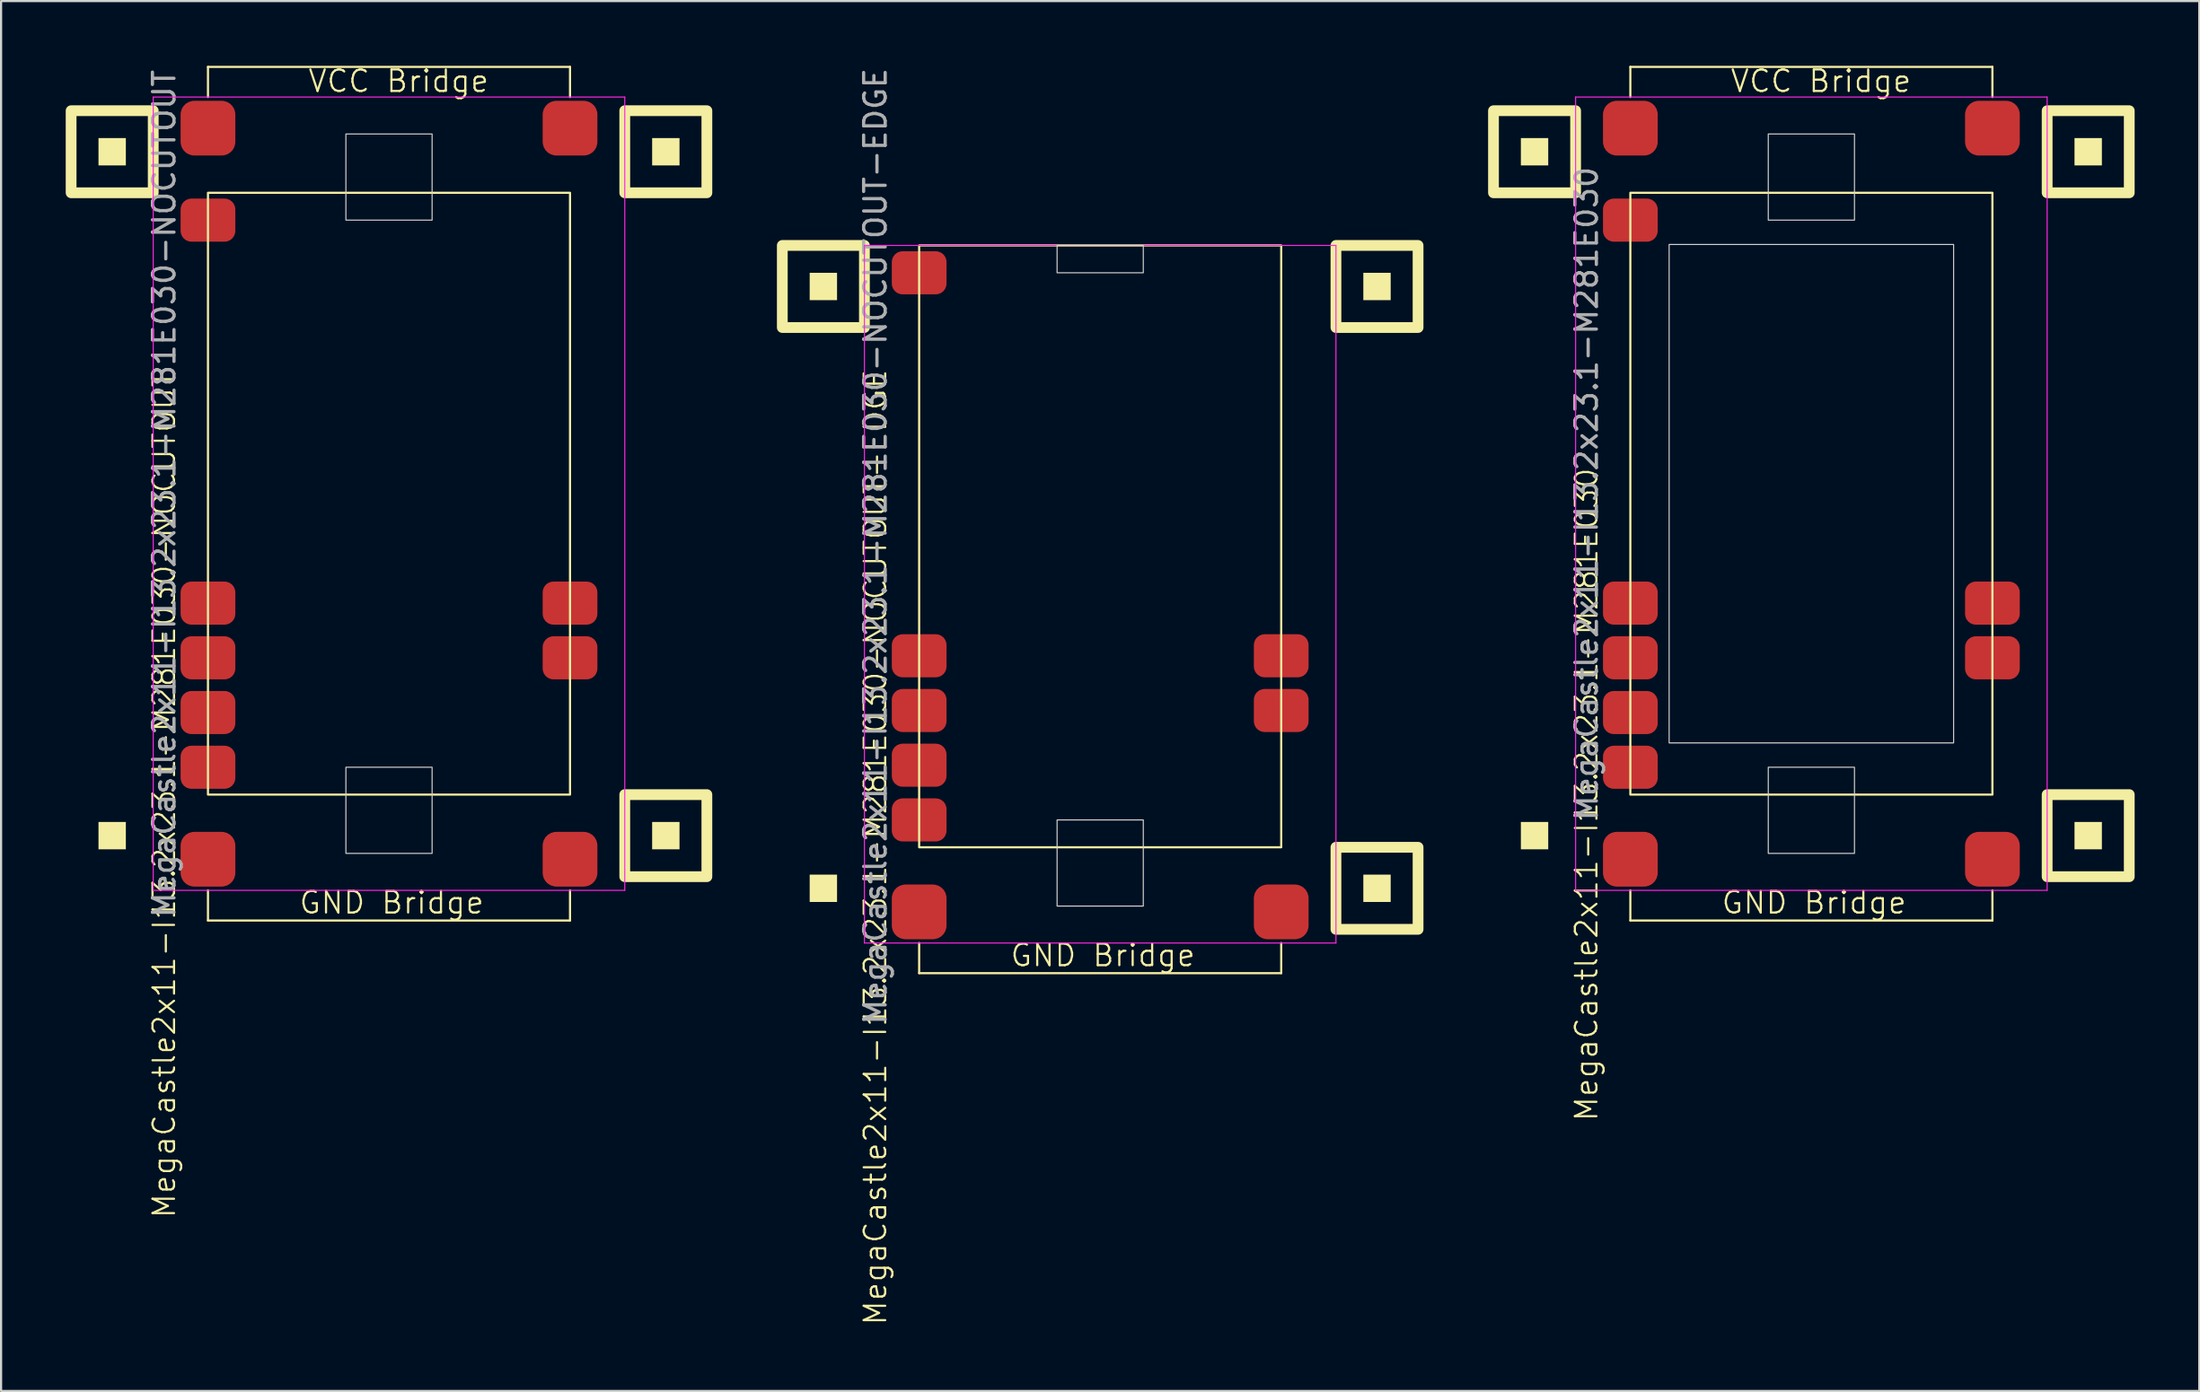
<source format=kicad_pcb>
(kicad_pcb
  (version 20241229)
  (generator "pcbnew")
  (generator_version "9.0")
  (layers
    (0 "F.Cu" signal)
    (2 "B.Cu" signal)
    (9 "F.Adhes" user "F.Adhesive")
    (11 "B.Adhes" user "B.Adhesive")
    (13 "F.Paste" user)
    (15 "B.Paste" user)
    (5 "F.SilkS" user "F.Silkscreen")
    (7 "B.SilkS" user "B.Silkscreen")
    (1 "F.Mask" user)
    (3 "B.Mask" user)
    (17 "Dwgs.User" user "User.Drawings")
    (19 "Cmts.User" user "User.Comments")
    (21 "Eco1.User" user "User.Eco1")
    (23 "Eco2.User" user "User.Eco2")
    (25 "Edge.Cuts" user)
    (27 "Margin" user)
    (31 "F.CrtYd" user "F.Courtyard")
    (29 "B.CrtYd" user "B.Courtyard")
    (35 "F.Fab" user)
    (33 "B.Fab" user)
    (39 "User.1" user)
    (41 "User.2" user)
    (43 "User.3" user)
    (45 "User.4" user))
  (footprint "MegaCastle2x11-I13.2x23.1-M281E030"
    (layer "F.Cu")
    (at 81 19.87)
    (property "Reference" "MegaCastle2x11-I13.2x23.1-M281E030" (at -10.432 13.97 90) (unlocked yes) (layer "F.SilkS") (effects (font (size 1 1) (thickness 0.1))))
    (attr smd)
    (fp_line (start -8.4 -19.815) (end 8.4 -19.815) (stroke (width 0.1) (type default)) (layer "F.SilkS"))
    (fp_line (start -8.4 -18.415) (end -8.4 -19.815) (stroke (width 0.1) (type default)) (layer "F.SilkS"))
    (fp_line (start -8.4 18.415) (end -8.4 19.815) (stroke (width 0.1) (type default)) (layer "F.SilkS"))
    (fp_line (start -8.4 19.815) (end 8.4 19.815) (stroke (width 0.1) (type default)) (layer "F.SilkS"))
    (fp_line (start 8.4 -18.415) (end 8.4 -19.815) (stroke (width 0.1) (type default)) (layer "F.SilkS"))
    (fp_line (start 8.4 18.415) (end 8.4 19.815) (stroke (width 0.1) (type default)) (layer "F.SilkS"))
    (fp_rect (start -12.21 -15.24) (end -13.48 -16.51) (stroke (width 0) (type solid)) (fill yes) (layer "F.SilkS"))
    (fp_rect (start -12.21 16.51) (end -13.48 15.24) (stroke (width 0) (type solid)) (fill yes) (layer "F.SilkS"))
    (fp_rect (start -10.94 -13.97) (end -14.75 -17.78) (stroke (width 0.5) (type default)) (fill no) (layer "F.SilkS"))
    (fp_rect (start -8.4 -13.97) (end 8.4 13.97) (stroke (width 0.1) (type default)) (fill no) (layer "F.SilkS"))
    (fp_rect (start 13.48 -15.24) (end 12.21 -16.51) (stroke (width 0) (type solid)) (fill yes) (layer "F.SilkS"))
    (fp_rect (start 13.48 16.51) (end 12.21 15.24) (stroke (width 0) (type solid)) (fill yes) (layer "F.SilkS"))
    (fp_rect (start 14.75 -13.97) (end 10.94 -17.78) (stroke (width 0.5) (type default)) (fill no) (layer "F.SilkS"))
    (fp_rect (start 14.75 17.78) (end 10.94 13.97) (stroke (width 0.5) (type default)) (fill no) (layer "F.SilkS"))
    (fp_rect (start -6.6 -11.57) (end 6.6 11.57) (stroke (width 0.05) (type default)) (fill no) (layer "Edge.Cuts"))
    (fp_rect (start -2 -12.7) (end 2 -16.7) (stroke (width 0.05) (type default)) (fill no) (layer "Edge.Cuts"))
    (fp_rect (start -2 12.7) (end 2 16.7) (stroke (width 0.05) (type default)) (fill no) (layer "Edge.Cuts"))
    (fp_line (start -10.94 -18.415) (end -10.94 18.415) (stroke (width 0.05) (type default)) (layer "F.CrtYd"))
    (fp_line (start -10.94 18.415) (end 10.94 18.415) (stroke (width 0.05) (type default)) (layer "F.CrtYd"))
    (fp_line (start 10.94 -18.415) (end -10.94 -18.415) (stroke (width 0.05) (type default)) (layer "F.CrtYd"))
    (fp_line (start 10.94 -18.415) (end 10.94 18.415) (stroke (width 0.05) (type default)) (layer "F.CrtYd"))
    (fp_text user "VCC Bridge" (at -3.81 -18.57 0) (unlocked yes) (layer "F.SilkS") (effects (font (size 1 1) (thickness 0.1)) (justify left bottom)))
    (fp_text user "GND Bridge" (at -4.226 19.57 0) (unlocked yes) (layer "F.SilkS") (effects (font (size 1 1) (thickness 0.1)) (justify left bottom)))
    (fp_text user "${REFERENCE}" (at -10.432 0 90) (unlocked yes) (layer "F.Fab") (effects (font (size 1 1) (thickness 0.15))))
    (pad "1" smd roundrect (at -8.4 -12.7) (size 2.54 2) (layers "F.Cu" "F.Mask" "F.Paste") (roundrect_rratio 0.25))
    (pad "8" smd roundrect (at -8.4 5.08) (size 2.54 2) (layers "F.Cu" "F.Mask" "F.Paste") (roundrect_rratio 0.25))
    (pad "9" smd roundrect (at -8.4 7.62) (size 2.54 2) (layers "F.Cu" "F.Mask" "F.Paste") (roundrect_rratio 0.25))
    (pad "10" smd roundrect (at -8.4 10.16) (size 2.54 2) (layers "F.Cu" "F.Mask" "F.Paste") (roundrect_rratio 0.25))
    (pad "11" smd roundrect (at -8.4 12.7) (size 2.54 2) (layers "F.Cu" "F.Mask" "F.Paste") (roundrect_rratio 0.25))
    (pad "19" smd roundrect (at 8.4 5.08) (size 2.54 2) (layers "F.Cu" "F.Mask" "F.Paste") (roundrect_rratio 0.25))
    (pad "20" smd roundrect (at 8.4 7.62) (size 2.54 2) (layers "F.Cu" "F.Mask" "F.Paste") (roundrect_rratio 0.25))
    (pad "A1" smd roundrect (at -8.4 -16.97) (size 2.54 2.54) (layers "F.Cu" "F.Mask" "F.Paste") (roundrect_rratio 0.25))
    (pad "A2" smd roundrect (at 8.4 -16.97) (size 2.54 2.54) (layers "F.Cu" "F.Mask" "F.Paste") (roundrect_rratio 0.25))
    (pad "B1" smd roundrect (at -8.4 16.97) (size 2.54 2.54) (layers "F.Cu" "F.Mask" "F.Paste") (roundrect_rratio 0.25))
    (pad "B2" smd roundrect (at 8.4 16.97) (size 2.54 2.54) (layers "F.Cu" "F.Mask" "F.Paste") (roundrect_rratio 0.25)))
  (footprint "MegaCastle2x11-I13.2x23.1-M281E030-NOCUTOUT"
    (layer "F.Cu")
    (at 15 19.87)
    (property "Reference" "MegaCastle2x11-I13.2x23.1-M281E030-NOCUTOUT" (at -10.432 13.97 90) (unlocked yes) (layer "F.SilkS") (effects (font (size 1 1) (thickness 0.1))))
    (attr smd)
    (fp_line (start -8.4 -19.815) (end 8.4 -19.815) (stroke (width 0.1) (type default)) (layer "F.SilkS"))
    (fp_line (start -8.4 -18.415) (end -8.4 -19.815) (stroke (width 0.1) (type default)) (layer "F.SilkS"))
    (fp_line (start -8.4 18.415) (end -8.4 19.815) (stroke (width 0.1) (type default)) (layer "F.SilkS"))
    (fp_line (start -8.4 19.815) (end 8.4 19.815) (stroke (width 0.1) (type default)) (layer "F.SilkS"))
    (fp_line (start 8.4 -18.415) (end 8.4 -19.815) (stroke (width 0.1) (type default)) (layer "F.SilkS"))
    (fp_line (start 8.4 18.415) (end 8.4 19.815) (stroke (width 0.1) (type default)) (layer "F.SilkS"))
    (fp_rect (start -12.21 -15.24) (end -13.48 -16.51) (stroke (width 0) (type solid)) (fill yes) (layer "F.SilkS"))
    (fp_rect (start -12.21 16.51) (end -13.48 15.24) (stroke (width 0) (type solid)) (fill yes) (layer "F.SilkS"))
    (fp_rect (start -10.94 -13.97) (end -14.75 -17.78) (stroke (width 0.5) (type default)) (fill no) (layer "F.SilkS"))
    (fp_rect (start -8.4 -13.97) (end 8.4 13.97) (stroke (width 0.1) (type default)) (fill no) (layer "F.SilkS"))
    (fp_rect (start 13.48 -15.24) (end 12.21 -16.51) (stroke (width 0) (type solid)) (fill yes) (layer "F.SilkS"))
    (fp_rect (start 13.48 16.51) (end 12.21 15.24) (stroke (width 0) (type solid)) (fill yes) (layer "F.SilkS"))
    (fp_rect (start 14.75 -13.97) (end 10.94 -17.78) (stroke (width 0.5) (type default)) (fill no) (layer "F.SilkS"))
    (fp_rect (start 14.75 17.78) (end 10.94 13.97) (stroke (width 0.5) (type default)) (fill no) (layer "F.SilkS"))
    (fp_rect (start -2 -12.7) (end 2 -16.7) (stroke (width 0.05) (type default)) (fill no) (layer "Edge.Cuts"))
    (fp_rect (start -2 12.7) (end 2 16.7) (stroke (width 0.05) (type default)) (fill no) (layer "Edge.Cuts"))
    (fp_line (start -10.94 -18.415) (end -10.94 18.415) (stroke (width 0.05) (type default)) (layer "F.CrtYd"))
    (fp_line (start -10.94 18.415) (end 10.94 18.415) (stroke (width 0.05) (type default)) (layer "F.CrtYd"))
    (fp_line (start 10.94 -18.415) (end -10.94 -18.415) (stroke (width 0.05) (type default)) (layer "F.CrtYd"))
    (fp_line (start 10.94 -18.415) (end 10.94 18.415) (stroke (width 0.05) (type default)) (layer "F.CrtYd"))
    (fp_text user "VCC Bridge" (at -3.81 -18.57 0) (unlocked yes) (layer "F.SilkS") (effects (font (size 1 1) (thickness 0.1)) (justify left bottom)))
    (fp_text user "GND Bridge" (at -4.226 19.57 0) (unlocked yes) (layer "F.SilkS") (effects (font (size 1 1) (thickness 0.1)) (justify left bottom)))
    (fp_text user "${REFERENCE}" (at -10.432 0 90) (unlocked yes) (layer "F.Fab") (effects (font (size 1 1) (thickness 0.15))))
    (pad "1" smd roundrect (at -8.4 -12.7) (size 2.54 2) (layers "F.Cu" "F.Mask" "F.Paste") (roundrect_rratio 0.25))
    (pad "8" smd roundrect (at -8.4 5.08) (size 2.54 2) (layers "F.Cu" "F.Mask" "F.Paste") (roundrect_rratio 0.25))
    (pad "9" smd roundrect (at -8.4 7.62) (size 2.54 2) (layers "F.Cu" "F.Mask" "F.Paste") (roundrect_rratio 0.25))
    (pad "10" smd roundrect (at -8.4 10.16) (size 2.54 2) (layers "F.Cu" "F.Mask" "F.Paste") (roundrect_rratio 0.25))
    (pad "11" smd roundrect (at -8.4 12.7) (size 2.54 2) (layers "F.Cu" "F.Mask" "F.Paste") (roundrect_rratio 0.25))
    (pad "19" smd roundrect (at 8.4 5.08) (size 2.54 2) (layers "F.Cu" "F.Mask" "F.Paste") (roundrect_rratio 0.25))
    (pad "20" smd roundrect (at 8.4 7.62) (size 2.54 2) (layers "F.Cu" "F.Mask" "F.Paste") (roundrect_rratio 0.25))
    (pad "A1" smd roundrect (at -8.4 -16.97) (size 2.54 2.54) (layers "F.Cu" "F.Mask" "F.Paste") (roundrect_rratio 0.25))
    (pad "A2" smd roundrect (at 8.4 -16.97) (size 2.54 2.54) (layers "F.Cu" "F.Mask" "F.Paste") (roundrect_rratio 0.25))
    (pad "B1" smd roundrect (at -8.4 16.97) (size 2.54 2.54) (layers "F.Cu" "F.Mask" "F.Paste") (roundrect_rratio 0.25))
    (pad "B2" smd roundrect (at 8.4 16.97) (size 2.54 2.54) (layers "F.Cu" "F.Mask" "F.Paste") (roundrect_rratio 0.25)))
  (footprint "MegaCastle2x11-I13.2x23.1-M281E030-NOCUTOUT-EDGE"
    (layer "F.Cu")
    (at 48 22.315)
    (property "Reference" "MegaCastle2x11-I13.2x23.1-M281E030-NOCUTOUT-EDGE" (at -10.432 13.97 90) (unlocked yes) (layer "F.SilkS") (effects (font (size 1 1) (thickness 0.1))))
    (attr smd)
    (fp_line (start -8.4 18.415) (end -8.4 19.815) (stroke (width 0.1) (type default)) (layer "F.SilkS"))
    (fp_line (start -8.4 19.815) (end 8.4 19.815) (stroke (width 0.1) (type default)) (layer "F.SilkS"))
    (fp_line (start 8.4 18.415) (end 8.4 19.815) (stroke (width 0.1) (type default)) (layer "F.SilkS"))
    (fp_rect (start -12.21 -11.43) (end -13.48 -12.7) (stroke (width 0) (type solid)) (fill yes) (layer "F.SilkS"))
    (fp_rect (start -12.21 16.51) (end -13.48 15.24) (stroke (width 0) (type solid)) (fill yes) (layer "F.SilkS"))
    (fp_rect (start -10.94 -10.16) (end -14.75 -13.97) (stroke (width 0.5) (type default)) (fill no) (layer "F.SilkS"))
    (fp_rect (start -8.4 -13.97) (end 8.4 13.97) (stroke (width 0.1) (type default)) (fill no) (layer "F.SilkS"))
    (fp_rect (start 13.48 -11.43) (end 12.21 -12.7) (stroke (width 0) (type solid)) (fill yes) (layer "F.SilkS"))
    (fp_rect (start 13.48 16.51) (end 12.21 15.24) (stroke (width 0) (type solid)) (fill yes) (layer "F.SilkS"))
    (fp_rect (start 14.75 -10.16) (end 10.94 -13.97) (stroke (width 0.5) (type default)) (fill no) (layer "F.SilkS"))
    (fp_rect (start 14.75 17.78) (end 10.94 13.97) (stroke (width 0.5) (type default)) (fill no) (layer "F.SilkS"))
    (fp_rect (start -2 -12.7) (end 2 -13.97) (stroke (width 0.05) (type default)) (fill no) (layer "Edge.Cuts"))
    (fp_rect (start -2 12.7) (end 2 16.7) (stroke (width 0.05) (type default)) (fill no) (layer "Edge.Cuts"))
    (fp_line (start -10.94 -13.97) (end -10.94 18.415) (stroke (width 0.05) (type default)) (layer "F.CrtYd"))
    (fp_line (start -10.94 18.415) (end 10.94 18.415) (stroke (width 0.05) (type default)) (layer "F.CrtYd"))
    (fp_line (start 10.94 -13.97) (end -10.94 -13.97) (stroke (width 0.05) (type default)) (layer "F.CrtYd"))
    (fp_line (start 10.94 -13.97) (end 10.94 18.415) (stroke (width 0.05) (type default)) (layer "F.CrtYd"))
    (fp_text user "GND Bridge" (at -4.226 19.57 0) (unlocked yes) (layer "F.SilkS") (effects (font (size 1 1) (thickness 0.1)) (justify left bottom)))
    (fp_text user "${REFERENCE}" (at -10.432 0 90) (unlocked yes) (layer "F.Fab") (effects (font (size 1 1) (thickness 0.15))))
    (pad "1" smd roundrect (at -8.4 -12.7) (size 2.54 2) (layers "F.Cu" "F.Mask" "F.Paste") (roundrect_rratio 0.25))
    (pad "8" smd roundrect (at -8.4 5.08) (size 2.54 2) (layers "F.Cu" "F.Mask" "F.Paste") (roundrect_rratio 0.25))
    (pad "9" smd roundrect (at -8.4 7.62) (size 2.54 2) (layers "F.Cu" "F.Mask" "F.Paste") (roundrect_rratio 0.25))
    (pad "10" smd roundrect (at -8.4 10.16) (size 2.54 2) (layers "F.Cu" "F.Mask" "F.Paste") (roundrect_rratio 0.25))
    (pad "11" smd roundrect (at -8.4 12.7) (size 2.54 2) (layers "F.Cu" "F.Mask" "F.Paste") (roundrect_rratio 0.25))
    (pad "19" smd roundrect (at 8.4 5.08) (size 2.54 2) (layers "F.Cu" "F.Mask" "F.Paste") (roundrect_rratio 0.25))
    (pad "20" smd roundrect (at 8.4 7.62) (size 2.54 2) (layers "F.Cu" "F.Mask" "F.Paste") (roundrect_rratio 0.25))
    (pad "B1" smd roundrect (at -8.4 16.97) (size 2.54 2.54) (layers "F.Cu" "F.Mask" "F.Paste") (roundrect_rratio 0.25))
    (pad "B2" smd roundrect (at 8.4 16.97) (size 2.54 2.54) (layers "F.Cu" "F.Mask" "F.Paste") (roundrect_rratio 0.25)))
  (gr_rect
    (start -3 -3)
    (end 99 61.526)
    (stroke (width 0.1) (type default))
    (fill no)
    (layer "Edge.Cuts")))
</source>
